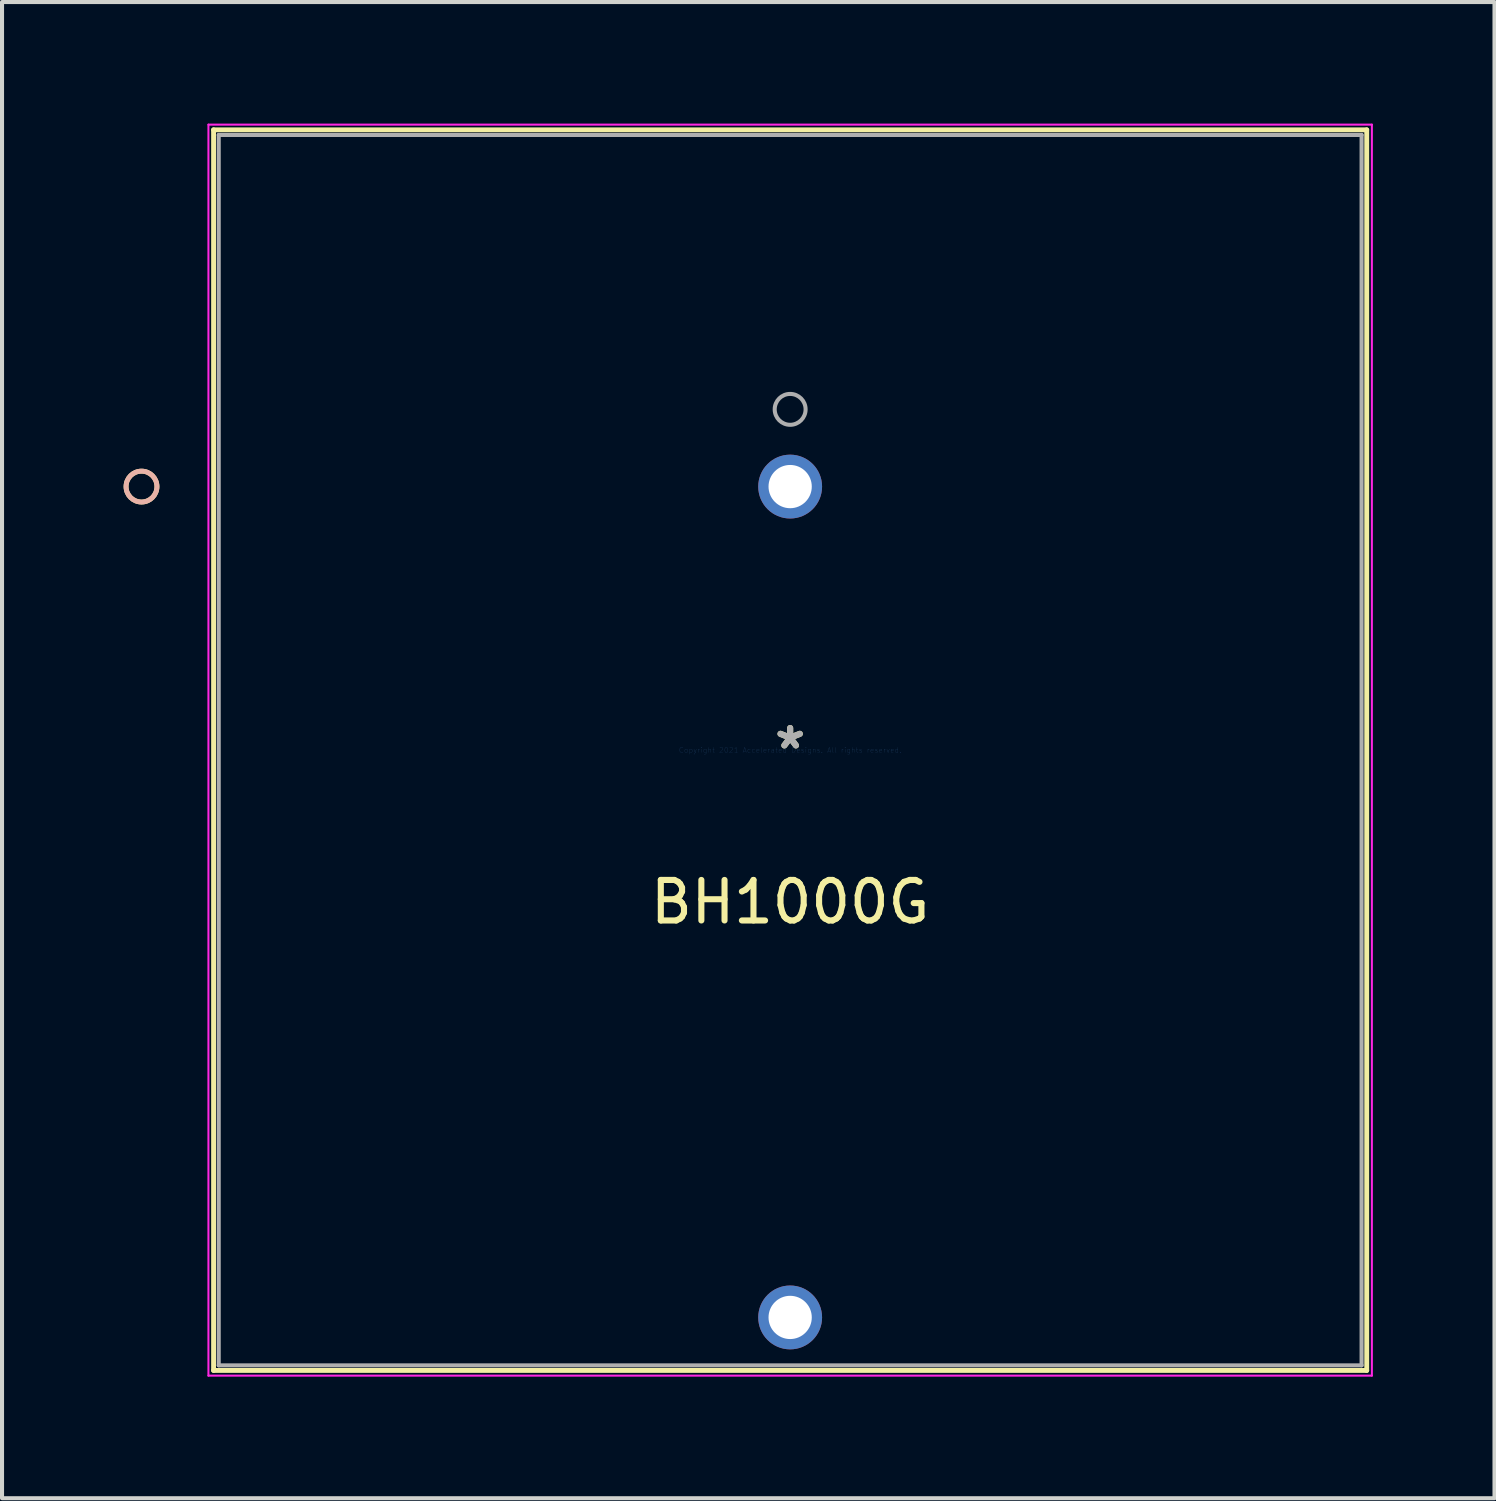
<source format=kicad_pcb>
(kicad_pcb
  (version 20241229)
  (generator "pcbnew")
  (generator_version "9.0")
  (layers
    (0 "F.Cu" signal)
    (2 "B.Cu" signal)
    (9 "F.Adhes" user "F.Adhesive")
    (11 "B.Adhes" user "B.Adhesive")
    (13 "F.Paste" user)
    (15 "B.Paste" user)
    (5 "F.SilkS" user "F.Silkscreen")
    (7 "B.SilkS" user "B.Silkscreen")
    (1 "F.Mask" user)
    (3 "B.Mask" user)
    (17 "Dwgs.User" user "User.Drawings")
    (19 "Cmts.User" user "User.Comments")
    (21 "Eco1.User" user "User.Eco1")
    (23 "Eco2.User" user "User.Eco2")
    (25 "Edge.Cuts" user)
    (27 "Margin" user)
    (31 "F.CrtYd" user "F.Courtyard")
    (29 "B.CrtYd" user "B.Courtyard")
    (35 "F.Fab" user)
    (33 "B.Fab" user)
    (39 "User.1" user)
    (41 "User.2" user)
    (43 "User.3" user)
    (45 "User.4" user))
  (footprint "BH1000G"
    (layer "F.Cu")
    (at 16.443 15.456)
    (property "Reference" "BH1000G" (at 0 3.747 0) (layer "F.SilkS") (effects (font (size 1 1) (thickness 0.15))))
    (attr through_hole)
    (fp_line (start -14.224 -15.303) (end -14.224 15.303) (stroke (width 0.12) (type solid)) (layer "F.SilkS"))
    (fp_line (start -14.224 15.303) (end 14.224 15.303) (stroke (width 0.12) (type solid)) (layer "F.SilkS"))
    (fp_line (start 14.224 -15.303) (end -14.224 -15.303) (stroke (width 0.12) (type solid)) (layer "F.SilkS"))
    (fp_line (start 14.224 15.303) (end 14.224 -15.303) (stroke (width 0.12) (type solid)) (layer "F.SilkS"))
    (fp_circle (center -16.002 -6.502) (end -15.621 -6.502) (stroke (width 0.12) (type solid)) (fill no) (layer "F.SilkS"))
    (fp_circle (center -16.002 -6.502) (end -15.621 -6.502) (stroke (width 0.12) (type solid)) (fill no) (layer "B.SilkS"))
    (fp_line (start -14.351 -15.431) (end -14.351 15.431) (stroke (width 0.05) (type solid)) (layer "F.CrtYd"))
    (fp_line (start -14.351 15.431) (end 14.351 15.431) (stroke (width 0.05) (type solid)) (layer "F.CrtYd"))
    (fp_line (start 14.351 -15.431) (end -14.351 -15.431) (stroke (width 0.05) (type solid)) (layer "F.CrtYd"))
    (fp_line (start 14.351 15.431) (end 14.351 -15.431) (stroke (width 0.05) (type solid)) (layer "F.CrtYd"))
    (fp_line (start -14.097 -15.177) (end -14.097 15.177) (stroke (width 0.1) (type solid)) (layer "F.Fab"))
    (fp_line (start -14.097 15.177) (end 14.097 15.177) (stroke (width 0.1) (type solid)) (layer "F.Fab"))
    (fp_line (start 14.097 -15.177) (end -14.097 -15.177) (stroke (width 0.1) (type solid)) (layer "F.Fab"))
    (fp_line (start 14.097 15.177) (end 14.097 -15.177) (stroke (width 0.1) (type solid)) (layer "F.Fab"))
    (fp_circle (center 0 -8.407) (end 0.381 -8.407) (stroke (width 0.1) (type solid)) (fill no) (layer "F.Fab"))
    (fp_text user "*" (at 0 0 0) (layer "F.SilkS") (effects (font (size 1 1) (thickness 0.15))))
    (fp_text user "Copyright 2021 Accelerated Designs. All rights reserved." (at 0 0 0) (layer "Cmts.User") (effects (font (size 0.127 0.127) (thickness 0.002))))
    (fp_text user "*" (at 0 0 0) (layer "F.Fab") (effects (font (size 1 1) (thickness 0.15))))
    (pad "1" thru_hole circle (at 0 -6.502) (size 1.575 1.575) (drill 1.067) (layers "*.Cu" "*.Mask"))
    (pad "2" thru_hole circle (at 0 13.995) (size 1.575 1.575) (drill 1.067) (layers "*.Cu" "*.Mask")))
  (gr_rect
    (start -3 -3)
    (end 33.819 33.911)
    (stroke (width 0.1) (type default))
    (fill no)
    (layer "Edge.Cuts")))
</source>
